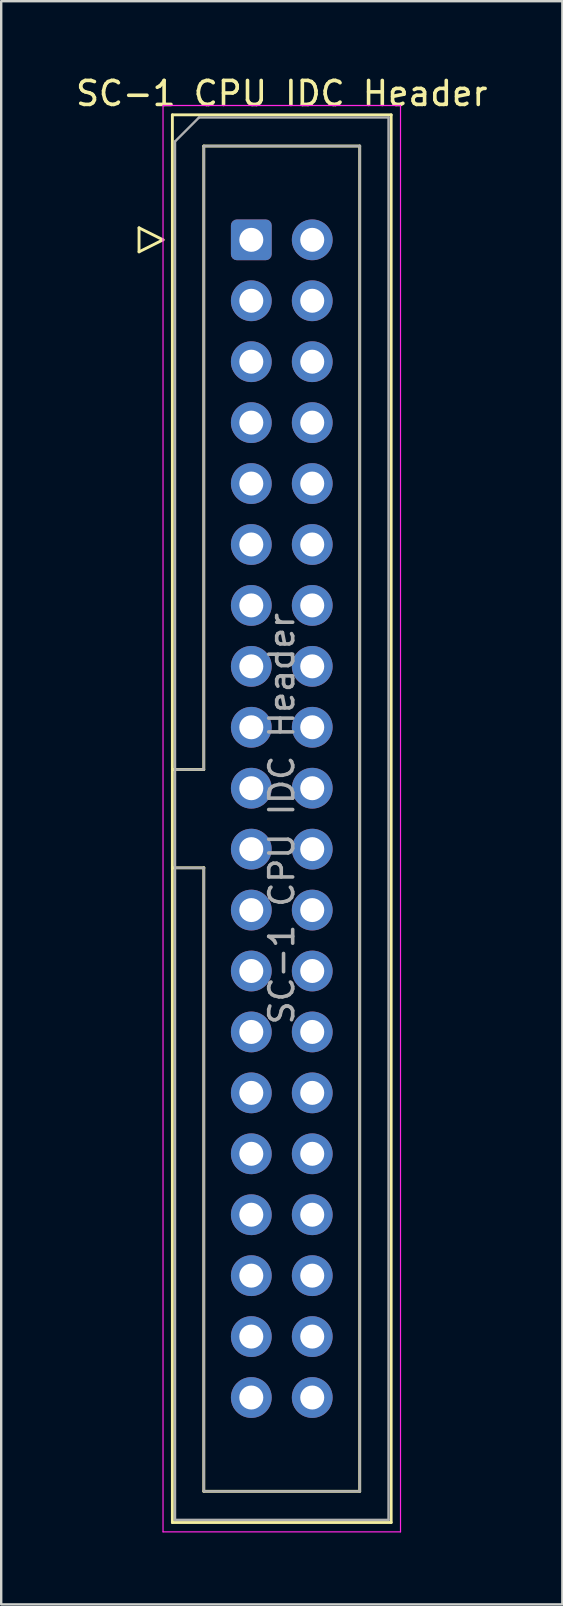
<source format=kicad_pcb>
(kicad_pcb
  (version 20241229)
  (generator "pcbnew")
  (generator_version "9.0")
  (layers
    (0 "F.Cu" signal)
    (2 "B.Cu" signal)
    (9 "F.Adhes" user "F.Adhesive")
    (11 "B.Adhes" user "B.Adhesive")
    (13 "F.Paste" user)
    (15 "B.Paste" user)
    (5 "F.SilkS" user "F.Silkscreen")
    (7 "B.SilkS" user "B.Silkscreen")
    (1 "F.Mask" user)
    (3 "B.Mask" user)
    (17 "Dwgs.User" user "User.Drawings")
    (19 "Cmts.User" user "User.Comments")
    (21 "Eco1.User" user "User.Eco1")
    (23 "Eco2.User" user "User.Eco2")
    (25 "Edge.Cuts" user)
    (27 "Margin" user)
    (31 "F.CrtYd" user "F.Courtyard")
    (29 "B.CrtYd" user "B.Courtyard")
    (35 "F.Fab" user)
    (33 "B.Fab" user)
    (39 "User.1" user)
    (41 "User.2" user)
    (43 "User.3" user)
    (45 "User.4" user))
  (footprint "SC-1 CPU IDC Header"
    (layer "F.Cu")
    (at 7.426 6.948)
    (property "Reference" "SC-1 CPU IDC Header" (at 1.27 -6.1 0) (layer "F.SilkS") (effects (font (size 1 1) (thickness 0.15))))
    (attr through_hole)
    (fp_line (start -4.68 -0.5) (end -4.68 0.5) (stroke (width 0.12) (type solid)) (layer "F.SilkS"))
    (fp_line (start -4.68 0.5) (end -3.68 0) (stroke (width 0.12) (type solid)) (layer "F.SilkS"))
    (fp_line (start -3.68 0) (end -4.68 -0.5) (stroke (width 0.12) (type solid)) (layer "F.SilkS"))
    (fp_line (start -3.29 -5.21) (end 5.83 -5.21) (stroke (width 0.12) (type solid)) (layer "F.SilkS"))
    (fp_line (start -3.29 22.08) (end -1.98 22.08) (stroke (width 0.12) (type solid)) (layer "F.SilkS"))
    (fp_line (start -3.29 53.47) (end -3.29 -5.21) (stroke (width 0.12) (type solid)) (layer "F.SilkS"))
    (fp_line (start -1.98 -3.91) (end 4.52 -3.91) (stroke (width 0.12) (type solid)) (layer "F.SilkS"))
    (fp_line (start -1.98 22.08) (end -1.98 -3.91) (stroke (width 0.12) (type solid)) (layer "F.SilkS"))
    (fp_line (start -1.98 26.18) (end -3.29 26.18) (stroke (width 0.12) (type solid)) (layer "F.SilkS"))
    (fp_line (start -1.98 26.18) (end -1.98 26.18) (stroke (width 0.12) (type solid)) (layer "F.SilkS"))
    (fp_line (start -1.98 52.17) (end -1.98 26.18) (stroke (width 0.12) (type solid)) (layer "F.SilkS"))
    (fp_line (start 4.52 -3.91) (end 4.52 52.17) (stroke (width 0.12) (type solid)) (layer "F.SilkS"))
    (fp_line (start 4.52 52.17) (end -1.98 52.17) (stroke (width 0.12) (type solid)) (layer "F.SilkS"))
    (fp_line (start 5.83 -5.21) (end 5.83 53.47) (stroke (width 0.12) (type solid)) (layer "F.SilkS"))
    (fp_line (start 5.83 53.47) (end -3.29 53.47) (stroke (width 0.12) (type solid)) (layer "F.SilkS"))
    (fp_line (start -3.68 -5.6) (end -3.68 53.86) (stroke (width 0.05) (type solid)) (layer "F.CrtYd"))
    (fp_line (start -3.68 53.86) (end 6.22 53.86) (stroke (width 0.05) (type solid)) (layer "F.CrtYd"))
    (fp_line (start 6.22 -5.6) (end -3.68 -5.6) (stroke (width 0.05) (type solid)) (layer "F.CrtYd"))
    (fp_line (start 6.22 53.86) (end 6.22 -5.6) (stroke (width 0.05) (type solid)) (layer "F.CrtYd"))
    (fp_line (start -3.18 -4.1) (end -2.18 -5.1) (stroke (width 0.1) (type solid)) (layer "F.Fab"))
    (fp_line (start -3.18 22.08) (end -1.98 22.08) (stroke (width 0.1) (type solid)) (layer "F.Fab"))
    (fp_line (start -3.18 53.36) (end -3.18 -4.1) (stroke (width 0.1) (type solid)) (layer "F.Fab"))
    (fp_line (start -2.18 -5.1) (end 5.72 -5.1) (stroke (width 0.1) (type solid)) (layer "F.Fab"))
    (fp_line (start -1.98 -3.91) (end 4.52 -3.91) (stroke (width 0.1) (type solid)) (layer "F.Fab"))
    (fp_line (start -1.98 22.08) (end -1.98 -3.91) (stroke (width 0.1) (type solid)) (layer "F.Fab"))
    (fp_line (start -1.98 26.18) (end -3.18 26.18) (stroke (width 0.1) (type solid)) (layer "F.Fab"))
    (fp_line (start -1.98 26.18) (end -1.98 26.18) (stroke (width 0.1) (type solid)) (layer "F.Fab"))
    (fp_line (start -1.98 52.17) (end -1.98 26.18) (stroke (width 0.1) (type solid)) (layer "F.Fab"))
    (fp_line (start 4.52 -3.91) (end 4.52 52.17) (stroke (width 0.1) (type solid)) (layer "F.Fab"))
    (fp_line (start 4.52 52.17) (end -1.98 52.17) (stroke (width 0.1) (type solid)) (layer "F.Fab"))
    (fp_line (start 5.72 -5.1) (end 5.72 53.36) (stroke (width 0.1) (type solid)) (layer "F.Fab"))
    (fp_line (start 5.72 53.36) (end -3.18 53.36) (stroke (width 0.1) (type solid)) (layer "F.Fab"))
    (fp_text user "${REFERENCE}" (at 1.27 24.13 90) (layer "F.Fab") (effects (font (size 1 1) (thickness 0.15))))
    (pad "1" thru_hole roundrect (at 0 0) (size 1.7 1.7) (drill 1) (layers "*.Cu" "*.Mask") (roundrect_rratio 0.147))
    (pad "2" thru_hole circle (at 0 2.54) (size 1.7 1.7) (drill 1) (layers "*.Cu" "*.Mask"))
    (pad "3" thru_hole circle (at 0 5.08) (size 1.7 1.7) (drill 1) (layers "*.Cu" "*.Mask"))
    (pad "4" thru_hole circle (at 0 7.62) (size 1.7 1.7) (drill 1) (layers "*.Cu" "*.Mask"))
    (pad "5" thru_hole circle (at 0 10.16) (size 1.7 1.7) (drill 1) (layers "*.Cu" "*.Mask"))
    (pad "6" thru_hole circle (at 0 12.7) (size 1.7 1.7) (drill 1) (layers "*.Cu" "*.Mask"))
    (pad "7" thru_hole circle (at 0 15.24) (size 1.7 1.7) (drill 1) (layers "*.Cu" "*.Mask"))
    (pad "8" thru_hole circle (at 0 17.78) (size 1.7 1.7) (drill 1) (layers "*.Cu" "*.Mask"))
    (pad "9" thru_hole circle (at 0 20.32) (size 1.7 1.7) (drill 1) (layers "*.Cu" "*.Mask"))
    (pad "10" thru_hole circle (at 0 22.86) (size 1.7 1.7) (drill 1) (layers "*.Cu" "*.Mask"))
    (pad "11" thru_hole circle (at 0 25.4) (size 1.7 1.7) (drill 1) (layers "*.Cu" "*.Mask"))
    (pad "12" thru_hole circle (at 0 27.94) (size 1.7 1.7) (drill 1) (layers "*.Cu" "*.Mask"))
    (pad "13" thru_hole circle (at 0 30.48) (size 1.7 1.7) (drill 1) (layers "*.Cu" "*.Mask"))
    (pad "14" thru_hole circle (at 0 33.02) (size 1.7 1.7) (drill 1) (layers "*.Cu" "*.Mask"))
    (pad "15" thru_hole circle (at 0 35.56) (size 1.7 1.7) (drill 1) (layers "*.Cu" "*.Mask"))
    (pad "16" thru_hole circle (at 0 38.1) (size 1.7 1.7) (drill 1) (layers "*.Cu" "*.Mask"))
    (pad "17" thru_hole circle (at 0 40.64) (size 1.7 1.7) (drill 1) (layers "*.Cu" "*.Mask"))
    (pad "18" thru_hole circle (at 0 43.18) (size 1.7 1.7) (drill 1) (layers "*.Cu" "*.Mask"))
    (pad "19" thru_hole circle (at 0 45.72) (size 1.7 1.7) (drill 1) (layers "*.Cu" "*.Mask"))
    (pad "20" thru_hole circle (at 0 48.26) (size 1.7 1.7) (drill 1) (layers "*.Cu" "*.Mask"))
    (pad "21" thru_hole circle (at 2.54 48.26) (size 1.7 1.7) (drill 1) (layers "*.Cu" "*.Mask"))
    (pad "22" thru_hole circle (at 2.54 45.72) (size 1.7 1.7) (drill 1) (layers "*.Cu" "*.Mask"))
    (pad "23" thru_hole circle (at 2.54 43.18) (size 1.7 1.7) (drill 1) (layers "*.Cu" "*.Mask"))
    (pad "24" thru_hole circle (at 2.54 40.64) (size 1.7 1.7) (drill 1) (layers "*.Cu" "*.Mask"))
    (pad "25" thru_hole circle (at 2.54 38.1) (size 1.7 1.7) (drill 1) (layers "*.Cu" "*.Mask"))
    (pad "26" thru_hole circle (at 2.54 35.56) (size 1.7 1.7) (drill 1) (layers "*.Cu" "*.Mask"))
    (pad "27" thru_hole circle (at 2.54 33.02) (size 1.7 1.7) (drill 1) (layers "*.Cu" "*.Mask"))
    (pad "28" thru_hole circle (at 2.54 30.48) (size 1.7 1.7) (drill 1) (layers "*.Cu" "*.Mask"))
    (pad "29" thru_hole circle (at 2.54 27.94) (size 1.7 1.7) (drill 1) (layers "*.Cu" "*.Mask"))
    (pad "30" thru_hole circle (at 2.54 25.4) (size 1.7 1.7) (drill 1) (layers "*.Cu" "*.Mask"))
    (pad "31" thru_hole circle (at 2.54 22.86) (size 1.7 1.7) (drill 1) (layers "*.Cu" "*.Mask"))
    (pad "32" thru_hole circle (at 2.54 20.32) (size 1.7 1.7) (drill 1) (layers "*.Cu" "*.Mask"))
    (pad "33" thru_hole circle (at 2.54 17.78) (size 1.7 1.7) (drill 1) (layers "*.Cu" "*.Mask"))
    (pad "34" thru_hole circle (at 2.54 15.24) (size 1.7 1.7) (drill 1) (layers "*.Cu" "*.Mask"))
    (pad "35" thru_hole circle (at 2.54 12.7) (size 1.7 1.7) (drill 1) (layers "*.Cu" "*.Mask"))
    (pad "36" thru_hole circle (at 2.54 10.16) (size 1.7 1.7) (drill 1) (layers "*.Cu" "*.Mask"))
    (pad "37" thru_hole circle (at 2.54 7.62) (size 1.7 1.7) (drill 1) (layers "*.Cu" "*.Mask"))
    (pad "38" thru_hole circle (at 2.54 5.08) (size 1.7 1.7) (drill 1) (layers "*.Cu" "*.Mask"))
    (pad "39" thru_hole circle (at 2.54 2.54) (size 1.7 1.7) (drill 1) (layers "*.Cu" "*.Mask"))
    (pad "40" thru_hole circle (at 2.54 0) (size 1.7 1.7) (drill 1) (layers "*.Cu" "*.Mask")))
  (gr_rect
    (start -3 -3)
    (end 20.393 63.833)
    (stroke (width 0.1) (type default))
    (fill no)
    (layer "Edge.Cuts")))
</source>
